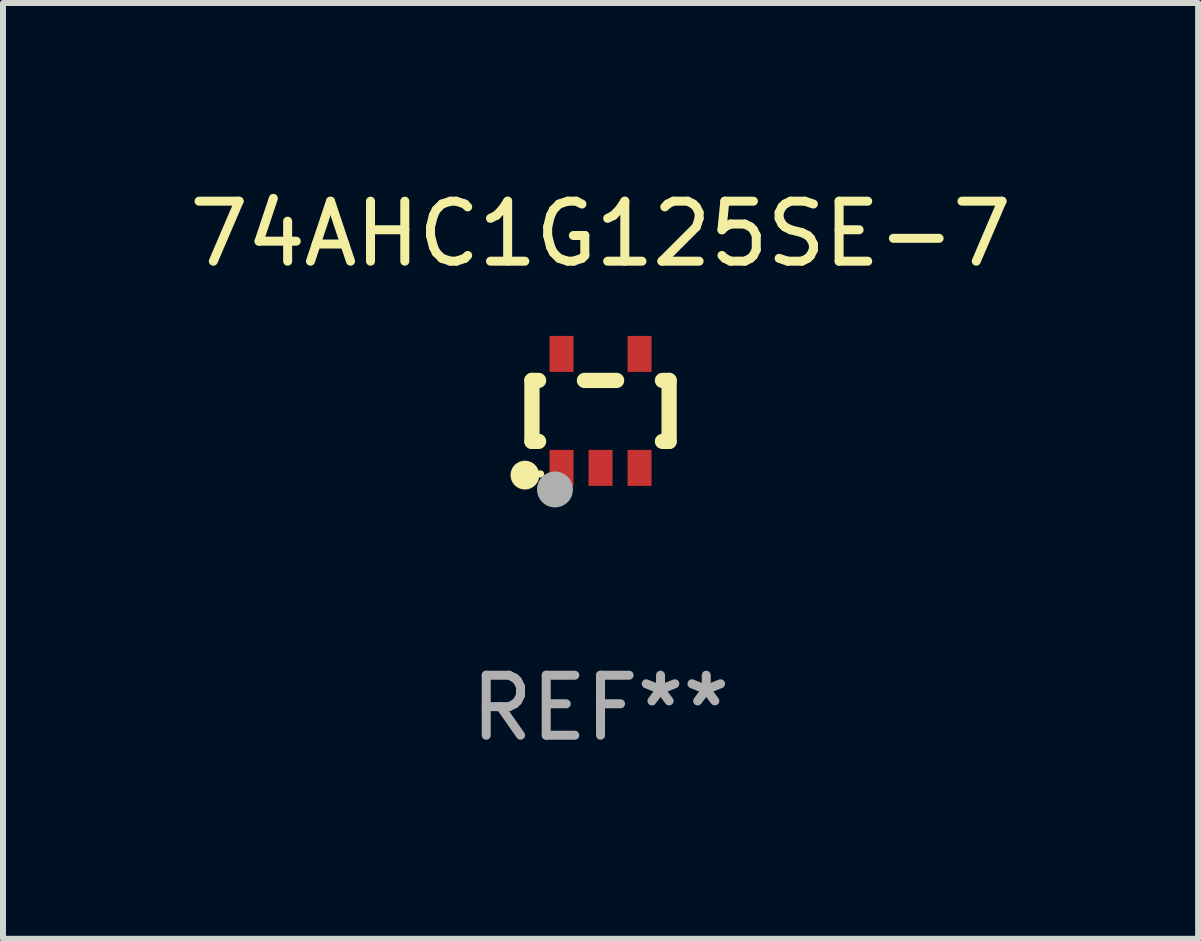
<source format=kicad_pcb>
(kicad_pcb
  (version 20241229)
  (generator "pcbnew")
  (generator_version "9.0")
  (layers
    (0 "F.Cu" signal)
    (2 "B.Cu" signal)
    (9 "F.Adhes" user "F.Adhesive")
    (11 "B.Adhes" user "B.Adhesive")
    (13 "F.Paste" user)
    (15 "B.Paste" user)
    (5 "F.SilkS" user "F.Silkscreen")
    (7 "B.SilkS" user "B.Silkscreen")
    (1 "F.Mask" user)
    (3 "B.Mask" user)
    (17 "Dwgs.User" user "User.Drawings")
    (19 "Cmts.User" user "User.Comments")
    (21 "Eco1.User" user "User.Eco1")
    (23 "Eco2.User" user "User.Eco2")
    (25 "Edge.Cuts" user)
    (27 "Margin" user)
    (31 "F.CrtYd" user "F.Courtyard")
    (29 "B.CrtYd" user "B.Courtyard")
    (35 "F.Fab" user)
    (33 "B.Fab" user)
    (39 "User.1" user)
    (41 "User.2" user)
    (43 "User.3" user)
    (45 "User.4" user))
  (footprint "74AHC1G125SE-7"
    (layer "F.Cu")
    (at 6.958 3.798)
    (property "Reference" "74AHC1G125SE-7" (at 0 -2.95 0) (layer "F.SilkS") (effects (font (size 1 1) (thickness 0.15))))
    (attr through_hole)
    (fp_line (start -1.143 -0.508) (end -1.032 -0.508) (stroke (width 0.254) (type solid)) (layer "F.SilkS"))
    (fp_line (start -1.143 0.508) (end -1.143 -0.508) (stroke (width 0.254) (type solid)) (layer "F.SilkS"))
    (fp_line (start -1.032 0.508) (end -1.143 0.508) (stroke (width 0.254) (type solid)) (layer "F.SilkS"))
    (fp_line (start -0.268 -0.508) (end 0.268 -0.508) (stroke (width 0.254) (type solid)) (layer "F.SilkS"))
    (fp_line (start 1.032 -0.508) (end 1.143 -0.508) (stroke (width 0.254) (type solid)) (layer "F.SilkS"))
    (fp_line (start 1.143 -0.508) (end 1.143 0.508) (stroke (width 0.254) (type solid)) (layer "F.SilkS"))
    (fp_line (start 1.143 0.508) (end 1.032 0.508) (stroke (width 0.254) (type solid)) (layer "F.SilkS"))
    (fp_circle (center -1.26 1.07) (end -1.14 1.07) (stroke (width 0.24) (type solid)) (fill no) (layer "F.SilkS"))
    (fp_circle (center -1 1.05) (end -0.97 1.05) (stroke (width 0.06) (type solid)) (fill no) (layer "F.SilkS"))
    (fp_circle (center -0.759 1.309) (end -0.609 1.309) (stroke (width 0.3) (type solid)) (fill no) (layer "F.Fab"))
    (fp_text user "REF**" (at 0 4.95 0) (layer "F.Fab") (effects (font (size 1 1) (thickness 0.15))))
    (pad "1" smd rect (at -0.65 0.95 180) (size 0.4 0.6) (layers "F.Cu" "F.Mask" "F.Paste"))
    (pad "2" smd rect (at 0 0.95 180) (size 0.4 0.6) (layers "F.Cu" "F.Mask" "F.Paste"))
    (pad "3" smd rect (at 0.65 0.95 180) (size 0.4 0.6) (layers "F.Cu" "F.Mask" "F.Paste"))
    (pad "4" smd rect (at 0.65 -0.95 180) (size 0.4 0.6) (layers "F.Cu" "F.Mask" "F.Paste"))
    (pad "5" smd rect (at -0.65 -0.95 180) (size 0.4 0.6) (layers "F.Cu" "F.Mask" "F.Paste")))
  (gr_rect
    (start -3 -3)
    (end 16.917 12.596)
    (stroke (width 0.1) (type default))
    (fill no)
    (layer "Edge.Cuts")))
</source>
